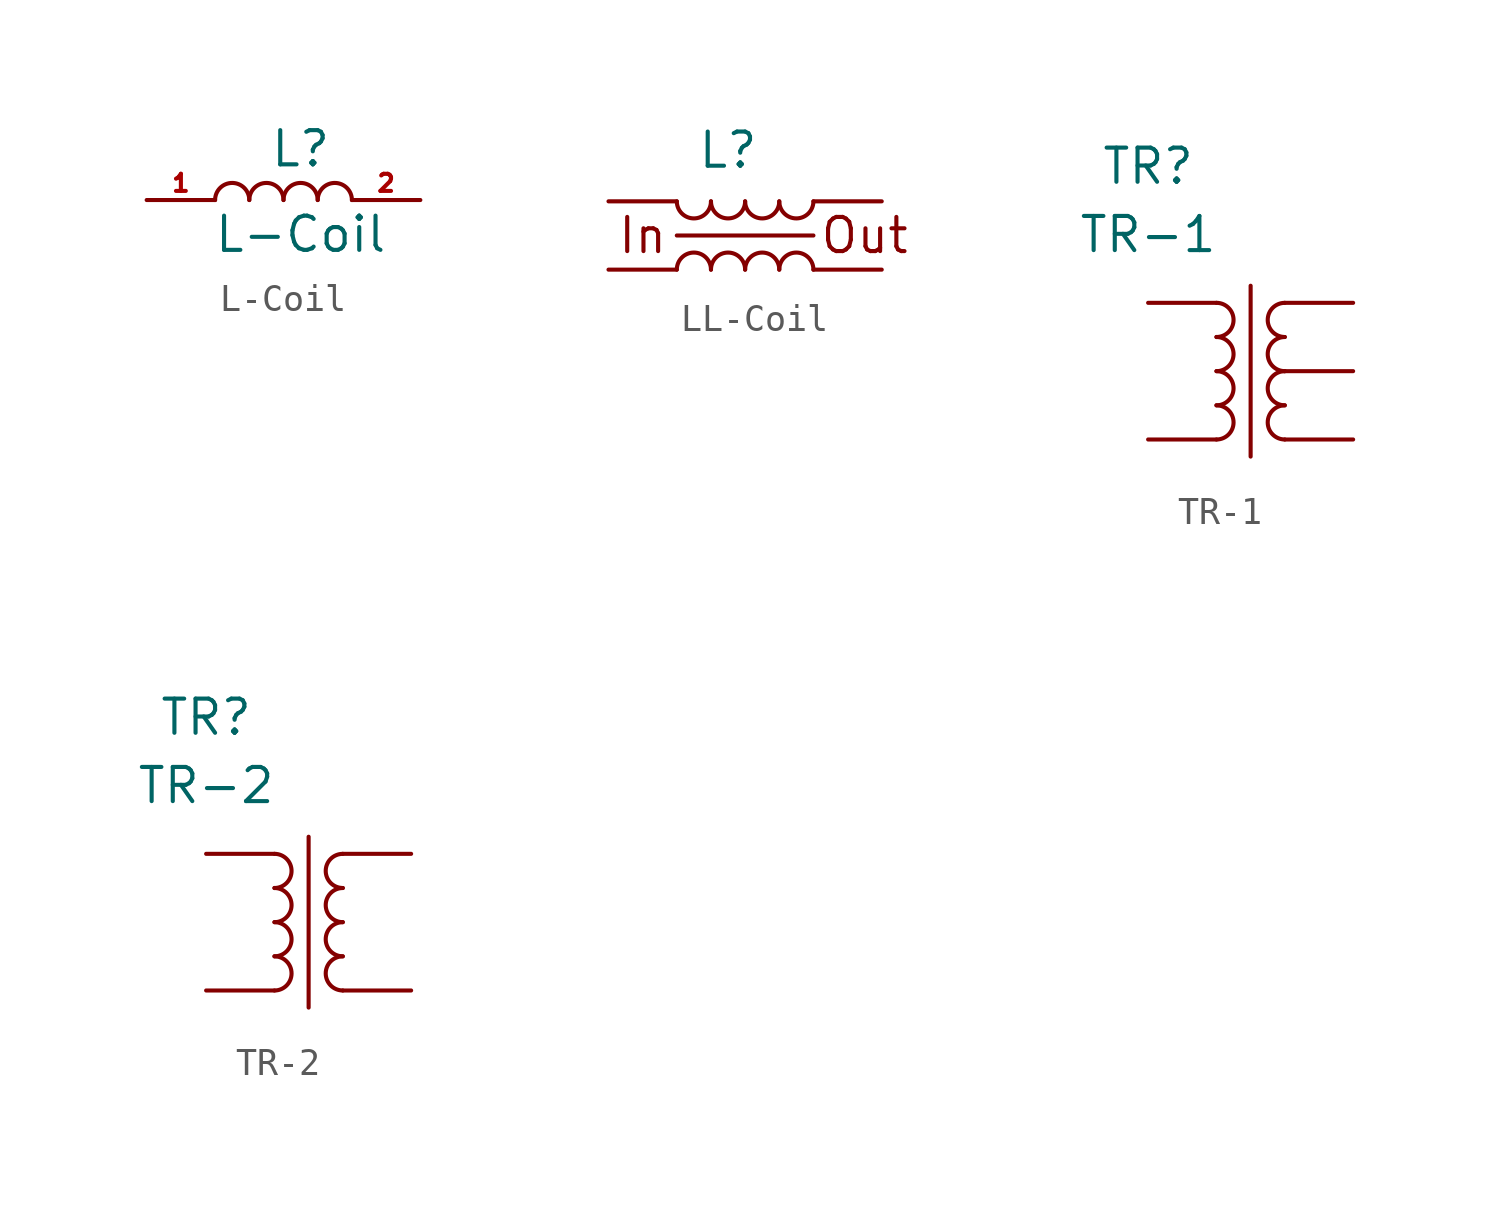
<source format=kicad_sym>
(kicad_symbol_lib
  (version 20211014)
  (generator kicad_symbol_editor)
  (symbol "L-Coil"
    (pin_names
      (offset 1.016) hide)
    (property "Reference" "L"
      (at 5.715 1.905 0)
      (effects (font (size 1.27 1.27))))
    (property "Value" "L-Coil"
      (at 5.715 -1.27 0)
      (effects (font (size 1.27 1.27))))
    (symbol "L-Coil_0_1"
      (arc (start 3.81 0) (mid 3.175 0.635) (end 2.54 0) (stroke (width 0) (type default) (color 0 0 0 0)) (fill (type none)))
      (arc (start 5.08 0) (mid 4.445 0.635) (end 3.81 0) (stroke (width 0) (type default) (color 0 0 0 0)) (fill (type none)))
      (arc (start 6.35 0) (mid 5.715 0.635) (end 5.08 0) (stroke (width 0) (type default) (color 0 0 0 0)) (fill (type none)))
      (arc (start 7.62 0) (mid 6.985 0.635) (end 6.35 0) (stroke (width 0) (type default) (color 0 0 0 0)) (fill (type none))))
    (symbol "L-Coil_1_1"
      (pin bidirectional line (at 0 0 0) (length 2.54) (name "inout1" (effects (font (size 1.27 1.27)))) (number "1" (effects (font (size 0.635 0.635)))))
      (pin bidirectional line (at 10.16 0 180) (length 2.54) (name "inout2" (effects (font (size 1.27 1.27)))) (number "2" (effects (font (size 0.635 0.635)))))))
  (symbol "LL-Coil"
    (pin_numbers hide)
    (pin_names
      (offset 0) hide)
    (property "Reference" "L"
      (at 4.445 1.905 0)
      (effects (font (size 1.27 1.27))))
    (symbol "LL-Coil_0_0"
      (polyline (pts (xy 2.54 -1.27) (xy 7.62 -1.27)) (stroke (width 0) (type default) (color 0 0 0 0)) (fill (type none)))
      (text "In" (at 1.27 -1.27 0) (effects (font (size 1.27 1.27))))
      (text "Out" (at 9.525 -1.27 0) (effects (font (size 1.27 1.27)))))
    (symbol "LL-Coil_0_1"
      (arc (start 2.54 0) (mid 3.175 -0.635) (end 3.81 0) (stroke (width 0) (type default) (color 0 0 0 0)) (fill (type none)))
      (arc (start 3.81 -2.54) (mid 3.175 -1.905) (end 2.54 -2.54) (stroke (width 0) (type default) (color 0 0 0 0)) (fill (type none)))
      (arc (start 3.81 0) (mid 4.445 -0.635) (end 5.08 0) (stroke (width 0) (type default) (color 0 0 0 0)) (fill (type none)))
      (arc (start 5.08 -2.54) (mid 4.445 -1.905) (end 3.81 -2.54) (stroke (width 0) (type default) (color 0 0 0 0)) (fill (type none)))
      (arc (start 5.08 0) (mid 5.715 -0.635) (end 6.35 0) (stroke (width 0) (type default) (color 0 0 0 0)) (fill (type none)))
      (arc (start 6.35 -2.54) (mid 5.715 -1.905) (end 5.08 -2.54) (stroke (width 0) (type default) (color 0 0 0 0)) (fill (type none)))
      (arc (start 6.35 0) (mid 6.985 -0.635) (end 7.62 0) (stroke (width 0) (type default) (color 0 0 0 0)) (fill (type none)))
      (arc (start 7.62 -2.54) (mid 6.985 -1.905) (end 6.35 -2.54) (stroke (width 0) (type default) (color 0 0 0 0)) (fill (type none))))
    (symbol "LL-Coil_1_1"
      (pin power_in line (at 0 0 0) (length 2.54) (name "in1" (effects (font (size 1.27 1.27)))) (number "1" (effects (font (size 1.27 1.27)))))
      (pin power_in line (at 0 -2.54 0) (length 2.54) (name "in2" (effects (font (size 1.27 1.27)))) (number "2" (effects (font (size 1.27 1.27)))))
      (pin power_out line (at 10.16 -2.54 180) (length 2.54) (name "out-2" (effects (font (size 1.27 1.27)))) (number "3" (effects (font (size 1.27 1.27)))))
      (pin power_out line (at 10.16 0 180) (length 2.54) (name "out-1" (effects (font (size 1.27 1.27)))) (number "4" (effects (font (size 1.27 1.27)))))))
  (symbol "TR-1"
    (pin_numbers hide)
    (pin_names
      (offset 0) hide)
    (property "Reference" "TR"
      (at 0 5.08 0)
      (effects (font (size 1.27 1.27))))
    (property "Value" "TR-1"
      (at 0 2.54 0)
      (effects (font (size 1.27 1.27))))
    (symbol "TR-1_0_1"
      (polyline (pts (xy 3.81 -5.715) (xy 3.81 0.635)) (stroke (width 0) (type default) (color 0 0 0 0)) (fill (type none)))
      (arc (start 2.54 -5.08) (mid 3.175 -4.445) (end 2.54 -3.81) (stroke (width 0) (type default) (color 0 0 0 0)) (fill (type none)))
      (arc (start 2.54 -3.81) (mid 3.175 -3.175) (end 2.54 -2.54) (stroke (width 0) (type default) (color 0 0 0 0)) (fill (type none)))
      (arc (start 2.54 -2.54) (mid 3.175 -1.905) (end 2.54 -1.27) (stroke (width 0) (type default) (color 0 0 0 0)) (fill (type none)))
      (arc (start 2.54 -1.27) (mid 3.175 -0.635) (end 2.54 0) (stroke (width 0) (type default) (color 0 0 0 0)) (fill (type none)))
      (arc (start 5.08 -3.81) (mid 4.445 -4.445) (end 5.08 -5.08) (stroke (width 0) (type default) (color 0 0 0 0)) (fill (type none)))
      (arc (start 5.08 -2.54) (mid 4.445 -3.175) (end 5.08 -3.81) (stroke (width 0) (type default) (color 0 0 0 0)) (fill (type none)))
      (arc (start 5.08 -1.27) (mid 4.445 -1.905) (end 5.08 -2.54) (stroke (width 0) (type default) (color 0 0 0 0)) (fill (type none)))
      (arc (start 5.08 0) (mid 4.445 -0.635) (end 5.08 -1.27) (stroke (width 0) (type default) (color 0 0 0 0)) (fill (type none))))
    (symbol "TR-1_1_1"
      (pin power_in line (at 0 0 0) (length 2.54) (name "in1" (effects (font (size 1.27 1.27)))) (number "1" (effects (font (size 1.27 1.27)))))
      (pin power_out line (at 7.62 0 180) (length 2.54) (name "out1" (effects (font (size 1.27 1.27)))) (number "12" (effects (font (size 1.27 1.27)))))
      (pin power_in line (at 0 -5.08 0) (length 2.54) (name "in2" (effects (font (size 1.27 1.27)))) (number "6" (effects (font (size 1.27 1.27)))))
      (pin power_out line (at 7.62 -5.08 180) (length 2.54) (name "out3" (effects (font (size 1.27 1.27)))) (number "7" (effects (font (size 1.27 1.27)))))
      (pin power_out line (at 7.62 -2.54 180) (length 2.54) (name "out2" (effects (font (size 1.27 1.27)))) (number "9" (effects (font (size 1.27 1.27)))))))
  (symbol "TR-2"
    (pin_numbers hide)
    (pin_names
      (offset 0) hide)
    (property "Reference" "TR"
      (at 0 5.08 0)
      (effects (font (size 1.27 1.27))))
    (property "Value" "TR-2"
      (at 0 2.54 0)
      (effects (font (size 1.27 1.27))))
    (symbol "TR-2_0_1"
      (polyline (pts (xy 3.81 -5.715) (xy 3.81 0.635)) (stroke (width 0) (type default) (color 0 0 0 0)) (fill (type none)))
      (arc (start 2.54 -5.08) (mid 3.175 -4.445) (end 2.54 -3.81) (stroke (width 0) (type default) (color 0 0 0 0)) (fill (type none)))
      (arc (start 2.54 -3.81) (mid 3.175 -3.175) (end 2.54 -2.54) (stroke (width 0) (type default) (color 0 0 0 0)) (fill (type none)))
      (arc (start 2.54 -2.54) (mid 3.175 -1.905) (end 2.54 -1.27) (stroke (width 0) (type default) (color 0 0 0 0)) (fill (type none)))
      (arc (start 2.54 -1.27) (mid 3.175 -0.635) (end 2.54 0) (stroke (width 0) (type default) (color 0 0 0 0)) (fill (type none)))
      (arc (start 5.08 -3.81) (mid 4.445 -4.445) (end 5.08 -5.08) (stroke (width 0) (type default) (color 0 0 0 0)) (fill (type none)))
      (arc (start 5.08 -2.54) (mid 4.445 -3.175) (end 5.08 -3.81) (stroke (width 0) (type default) (color 0 0 0 0)) (fill (type none)))
      (arc (start 5.08 -1.27) (mid 4.445 -1.905) (end 5.08 -2.54) (stroke (width 0) (type default) (color 0 0 0 0)) (fill (type none)))
      (arc (start 5.08 0) (mid 4.445 -0.635) (end 5.08 -1.27) (stroke (width 0) (type default) (color 0 0 0 0)) (fill (type none))))
    (symbol "TR-2_1_1"
      (pin power_in line (at 0 0 0) (length 2.54) (name "in1" (effects (font (size 1.27 1.27)))) (number "1" (effects (font (size 1.27 1.27)))))
      (pin power_out line (at 7.62 0 180) (length 2.54) (name "out1" (effects (font (size 1.27 1.27)))) (number "12" (effects (font (size 1.27 1.27)))))
      (pin power_in line (at 0 -5.08 0) (length 2.54) (name "in2" (effects (font (size 1.27 1.27)))) (number "6" (effects (font (size 1.27 1.27)))))
      (pin power_out line (at 7.62 -5.08 180) (length 2.54) (name "out3" (effects (font (size 1.27 1.27)))) (number "7" (effects (font (size 1.27 1.27))))))))
</source>
